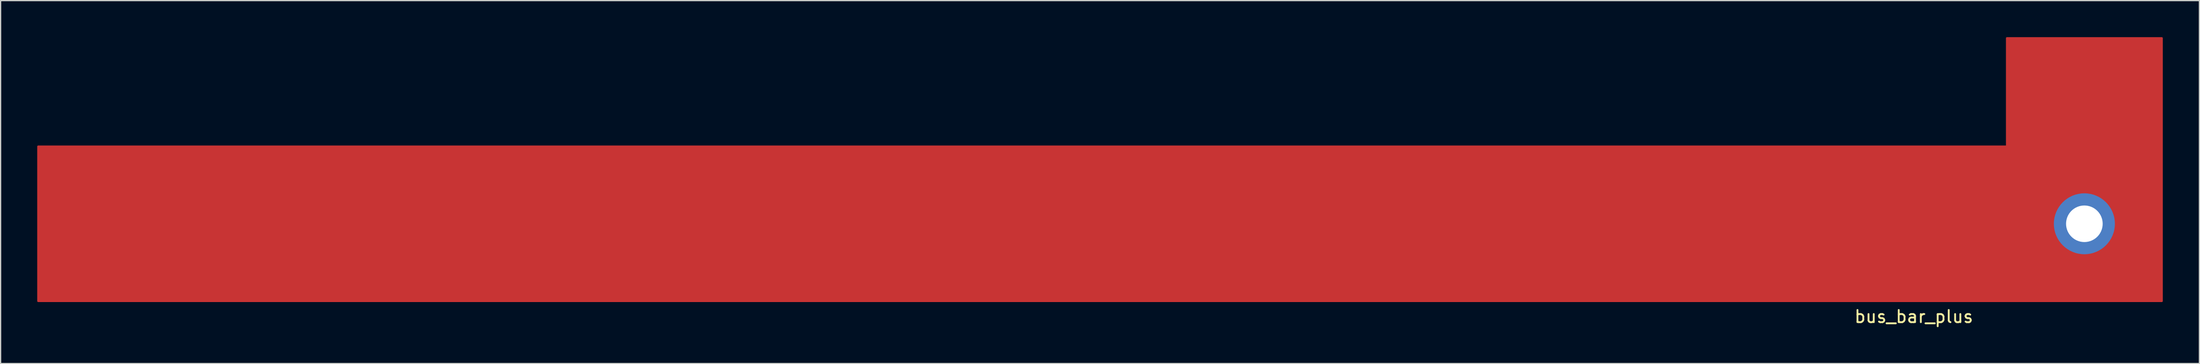
<source format=kicad_pcb>
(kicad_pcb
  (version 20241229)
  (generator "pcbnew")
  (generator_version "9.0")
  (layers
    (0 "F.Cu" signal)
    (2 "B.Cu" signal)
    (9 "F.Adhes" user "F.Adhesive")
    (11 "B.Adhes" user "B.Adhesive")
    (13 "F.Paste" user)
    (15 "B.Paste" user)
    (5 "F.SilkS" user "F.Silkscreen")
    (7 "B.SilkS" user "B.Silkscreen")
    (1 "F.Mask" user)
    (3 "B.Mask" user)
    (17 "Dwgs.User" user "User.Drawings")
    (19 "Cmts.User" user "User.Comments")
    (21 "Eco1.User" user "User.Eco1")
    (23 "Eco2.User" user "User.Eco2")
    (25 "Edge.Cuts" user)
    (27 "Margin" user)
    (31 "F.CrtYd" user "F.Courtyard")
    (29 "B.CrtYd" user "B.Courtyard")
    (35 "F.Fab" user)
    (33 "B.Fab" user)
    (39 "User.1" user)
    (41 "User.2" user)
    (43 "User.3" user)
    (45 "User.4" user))
  (footprint "bus_bar_plus"
    (layer "F.Cu")
    (at 167.715 15.315)
    (property "Reference" "bus_bar_plus" (at -13.97 7.62 0) (layer "F.SilkS") (effects (font (size 1 1) (thickness 0.15))))
    (attr through_hole)
    (pad "1" smd custom (at 1.27 0) (size 1.27 1.27) (layers "F.Cu" "F.Mask" "F.Paste") (options (anchor circle)) (primitives (gr_poly (pts (xy -1.016 -1.016) (xy 1.524 -1.016) (xy 1.524 1.524) (xy -1.016 1.524)) (width 0) (fill yes)) (gr_poly (pts (xy -168.91 -6.35) (xy -168.91 6.35) (xy 5.08 6.35) (xy 5.08 -15.24) (xy -7.62 -15.24) (xy -7.62 -6.35)) (width 0.15) (fill yes))))
    (pad "2" thru_hole circle (at 0 0) (size 5 5) (drill 3) (layers "*.Cu" "*.Mask")))
  (gr_rect
    (start -3 -3)
    (end 177.14 26.783)
    (stroke (width 0.1) (type default))
    (fill no)
    (layer "Edge.Cuts")))
</source>
